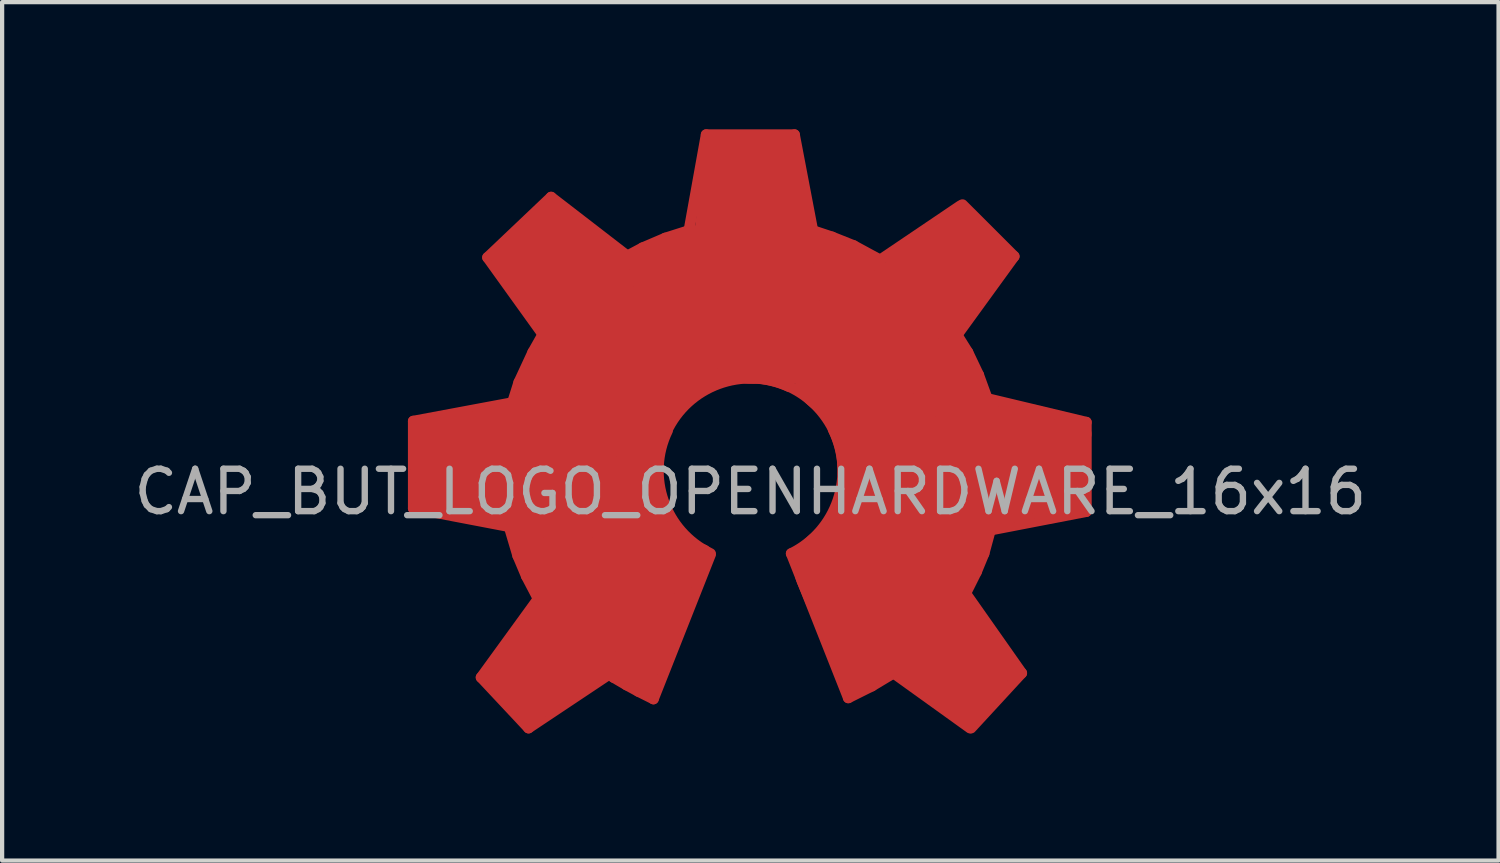
<source format=kicad_pcb>
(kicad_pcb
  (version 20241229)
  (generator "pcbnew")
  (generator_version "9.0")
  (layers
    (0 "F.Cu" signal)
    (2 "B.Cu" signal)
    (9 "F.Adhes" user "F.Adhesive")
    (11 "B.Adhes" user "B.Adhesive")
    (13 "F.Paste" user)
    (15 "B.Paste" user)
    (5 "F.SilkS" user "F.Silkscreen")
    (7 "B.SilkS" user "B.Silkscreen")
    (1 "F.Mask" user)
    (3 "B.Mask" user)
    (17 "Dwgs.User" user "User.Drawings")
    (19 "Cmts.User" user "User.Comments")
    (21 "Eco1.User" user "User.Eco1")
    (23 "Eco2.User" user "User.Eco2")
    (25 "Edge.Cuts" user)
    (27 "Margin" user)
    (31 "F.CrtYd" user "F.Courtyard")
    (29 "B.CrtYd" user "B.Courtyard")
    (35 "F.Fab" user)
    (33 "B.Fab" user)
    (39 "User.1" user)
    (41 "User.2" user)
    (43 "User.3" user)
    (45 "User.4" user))
  (footprint "CAP_BUT_LOGO_OPENHARDWARE_16x16"
    (layer "F.Cu")
    (at 14.649 8.052)
    (property "Reference" "CAP_BUT_LOGO_OPENHARDWARE_16x16" (at 0 0.5 0) (layer "F.Fab") (effects (font (size 1 1) (thickness 0.15))))
    (attr through_hole)
    (fp_line (start -7.95 0.889) (end -7.95 -1.168) (stroke (width 0.254) (type solid)) (layer "F.Cu"))
    (fp_line (start -7.772 0.737) (end -7.747 -1.041) (stroke (width 0.5) (type solid)) (layer "F.Cu"))
    (fp_line (start -6.35 4.877) (end -5.232 6.071) (stroke (width 0.254) (type solid)) (layer "F.Cu"))
    (fp_line (start -6.198 -5.029) (end -4.902 -3.226) (stroke (width 0.254) (type solid)) (layer "F.Cu"))
    (fp_line (start -6.198 -5.029) (end -4.699 -6.452) (stroke (width 0.254) (type solid)) (layer "F.Cu"))
    (fp_line (start -6.121 4.801) (end -5.182 5.842) (stroke (width 0.5) (type solid)) (layer "F.Cu"))
    (fp_line (start -5.969 4.851) (end -3.988 1.854) (stroke (width 0.5) (type solid)) (layer "F.Cu"))
    (fp_line (start -5.69 1.321) (end -7.95 0.889) (stroke (width 0.254) (type solid)) (layer "F.Cu"))
    (fp_line (start -5.639 -1.6) (end -7.95 -1.168) (stroke (width 0.254) (type solid)) (layer "F.Cu"))
    (fp_line (start -5.613 -1.6) (end -5.461 -2.083) (stroke (width 0.254) (type solid)) (layer "F.Cu"))
    (fp_line (start -5.588 -1.245) (end -4.521 -3.658) (stroke (width 0.5) (type solid)) (layer "F.Cu"))
    (fp_line (start -5.486 2.007) (end -5.69 1.321) (stroke (width 0.254) (type solid)) (layer "F.Cu"))
    (fp_line (start -5.283 2.489) (end -5.486 2.007) (stroke (width 0.254) (type solid)) (layer "F.Cu"))
    (fp_line (start -5.131 -2.794) (end -5.461 -2.083) (stroke (width 0.254) (type solid)) (layer "F.Cu"))
    (fp_line (start -5.004 3.023) (end -6.35 4.877) (stroke (width 0.254) (type solid)) (layer "F.Cu"))
    (fp_line (start -5.004 3.023) (end -5.283 2.489) (stroke (width 0.254) (type solid)) (layer "F.Cu"))
    (fp_line (start -4.902 -3.2) (end -5.131 -2.794) (stroke (width 0.254) (type solid)) (layer "F.Cu"))
    (fp_line (start -4.724 2.921) (end -5.385 1.295) (stroke (width 0.5) (type solid)) (layer "F.Cu"))
    (fp_line (start -4.699 -6.452) (end -2.921 -5.08) (stroke (width 0.254) (type solid)) (layer "F.Cu"))
    (fp_line (start -4.572 1.778) (end -3.048 1.016) (stroke (width 2) (type solid)) (layer "F.Cu"))
    (fp_line (start -3.962 1.524) (end -7.722 0.711) (stroke (width 0.5) (type solid)) (layer "F.Cu"))
    (fp_line (start -3.734 1.041) (end -7.696 0.432) (stroke (width 0.5) (type solid)) (layer "F.Cu"))
    (fp_line (start -3.531 -1.727) (end -5.893 -5.08) (stroke (width 0.5) (type solid)) (layer "F.Cu"))
    (fp_line (start -3.327 4.801) (end -5.232 6.071) (stroke (width 0.254) (type solid)) (layer "F.Cu"))
    (fp_line (start -3.226 4.877) (end -3.327 4.801) (stroke (width 0.254) (type solid)) (layer "F.Cu"))
    (fp_line (start -3.175 -1.549) (end -7.772 -0.991) (stroke (width 0.5) (type solid)) (layer "F.Cu"))
    (fp_line (start -3.048 -0.254) (end -6.858 -0.254) (stroke (width 2) (type solid)) (layer "F.Cu"))
    (fp_line (start -3.023 -4.851) (end -1.346 -5.537) (stroke (width 0.5) (type solid)) (layer "F.Cu"))
    (fp_line (start -2.921 -5.055) (end -2.54 -5.258) (stroke (width 0.254) (type solid)) (layer "F.Cu"))
    (fp_line (start -2.921 5.055) (end -3.226 4.877) (stroke (width 0.254) (type solid)) (layer "F.Cu"))
    (fp_line (start -2.896 4.216) (end -5.182 5.817) (stroke (width 0.5) (type solid)) (layer "F.Cu"))
    (fp_line (start -2.794 -1.27) (end -4.318 -2.032) (stroke (width 2) (type solid)) (layer "F.Cu"))
    (fp_line (start -2.642 5.207) (end -2.921 5.055) (stroke (width 0.254) (type solid)) (layer "F.Cu"))
    (fp_line (start -2.54 -5.258) (end -2.007 -5.486) (stroke (width 0.254) (type solid)) (layer "F.Cu"))
    (fp_line (start -2.54 2.032) (end -5.08 4.826) (stroke (width 2) (type solid)) (layer "F.Cu"))
    (fp_line (start -2.311 1.016) (end -1.778 1.829) (stroke (width 0.5) (type solid)) (layer "F.Cu"))
    (fp_line (start -2.286 -2.286) (end -4.826 -5.08) (stroke (width 2) (type solid)) (layer "F.Cu"))
    (fp_line (start -2.286 5.385) (end -2.642 5.207) (stroke (width 0.254) (type solid)) (layer "F.Cu"))
    (fp_line (start -2.21 0.914) (end -2.464 -0.051) (stroke (width 0.5) (type solid)) (layer "F.Cu"))
    (fp_line (start -2.007 -5.486) (end -1.448 -5.664) (stroke (width 0.254) (type solid)) (layer "F.Cu"))
    (fp_line (start -1.956 -4.14) (end -4.674 -6.248) (stroke (width 0.5) (type solid)) (layer "F.Cu"))
    (fp_line (start -1.829 -3.48) (end -4.724 -6.121) (stroke (width 0.5) (type solid)) (layer "F.Cu"))
    (fp_line (start -1.727 1.727) (end -3.124 4.75) (stroke (width 0.5) (type solid)) (layer "F.Cu"))
    (fp_line (start -1.473 1.88) (end -2.769 4.851) (stroke (width 0.5) (type solid)) (layer "F.Cu"))
    (fp_line (start -1.397 -2.896) (end -0.813 -7.747) (stroke (width 0.5) (type solid)) (layer "F.Cu"))
    (fp_line (start -1.27 -2.794) (end -1.778 -4.572) (stroke (width 2) (type solid)) (layer "F.Cu"))
    (fp_line (start -1.143 1.981) (end -2.438 5.105) (stroke (width 0.5) (type solid)) (layer "F.Cu"))
    (fp_line (start -1.041 -7.925) (end -1.448 -5.664) (stroke (width 0.254) (type solid)) (layer "F.Cu"))
    (fp_line (start -0.94 1.981) (end -2.286 5.385) (stroke (width 0.254) (type solid)) (layer "F.Cu"))
    (fp_line (start 0 -6.858) (end 0 -3.048) (stroke (width 2) (type solid)) (layer "F.Cu"))
    (fp_line (start 0.889 -7.696) (end -0.914 -7.696) (stroke (width 0.5) (type solid)) (layer "F.Cu"))
    (fp_line (start 0.965 1.956) (end 2.311 5.359) (stroke (width 0.254) (type solid)) (layer "F.Cu"))
    (fp_line (start 0.991 -5.715) (end 3.556 -4.42) (stroke (width 0.5) (type solid)) (layer "F.Cu"))
    (fp_line (start 1.016 -3.048) (end 1.778 -4.572) (stroke (width 2) (type solid)) (layer "F.Cu"))
    (fp_line (start 1.041 -7.925) (end -1.041 -7.925) (stroke (width 0.254) (type solid)) (layer "F.Cu"))
    (fp_line (start 1.041 -7.925) (end 1.473 -5.664) (stroke (width 0.254) (type solid)) (layer "F.Cu"))
    (fp_line (start 1.397 -3.861) (end 0.813 -7.722) (stroke (width 0.5) (type solid)) (layer "F.Cu"))
    (fp_line (start 1.473 -5.664) (end 1.93 -5.512) (stroke (width 0.254) (type solid)) (layer "F.Cu"))
    (fp_line (start 1.93 -5.512) (end 2.438 -5.309) (stroke (width 0.254) (type solid)) (layer "F.Cu"))
    (fp_line (start 2.032 2.286) (end 2.794 4.064) (stroke (width 2) (type solid)) (layer "F.Cu"))
    (fp_line (start 2.032 3.404) (end 5.207 5.842) (stroke (width 0.5) (type solid)) (layer "F.Cu"))
    (fp_line (start 2.057 -3.708) (end 4.978 -6.02) (stroke (width 0.5) (type solid)) (layer "F.Cu"))
    (fp_line (start 2.413 5.055) (end 3.429 4.318) (stroke (width 0.5) (type solid)) (layer "F.Cu"))
    (fp_line (start 2.438 -5.309) (end 3.048 -4.978) (stroke (width 0.254) (type solid)) (layer "F.Cu"))
    (fp_line (start 2.489 -0.686) (end 2.083 1.956) (stroke (width 0.5) (type solid)) (layer "F.Cu"))
    (fp_line (start 2.794 -1.27) (end 4.318 -2.032) (stroke (width 2) (type solid)) (layer "F.Cu"))
    (fp_line (start 2.794 -0.813) (end 5.944 -5.055) (stroke (width 0.5) (type solid)) (layer "F.Cu"))
    (fp_line (start 2.87 5.08) (end 2.311 5.359) (stroke (width 0.254) (type solid)) (layer "F.Cu"))
    (fp_line (start 3.048 1.016) (end 4.572 1.524) (stroke (width 2) (type solid)) (layer "F.Cu"))
    (fp_line (start 3.073 -4.978) (end 4.953 -6.248) (stroke (width 0.254) (type solid)) (layer "F.Cu"))
    (fp_line (start 3.378 4.775) (end 2.87 5.08) (stroke (width 0.254) (type solid)) (layer "F.Cu"))
    (fp_line (start 3.378 4.775) (end 5.182 6.071) (stroke (width 0.254) (type solid)) (layer "F.Cu"))
    (fp_line (start 3.785 1.803) (end 6.198 4.75) (stroke (width 0.5) (type solid)) (layer "F.Cu"))
    (fp_line (start 4.115 -1.575) (end 7.798 -0.864) (stroke (width 0.5) (type solid)) (layer "F.Cu"))
    (fp_line (start 4.369 -1.854) (end 7.722 -0.94) (stroke (width 0.5) (type solid)) (layer "F.Cu"))
    (fp_line (start 4.648 -3.251) (end 5.74 -0.787) (stroke (width 0.5) (type solid)) (layer "F.Cu"))
    (fp_line (start 4.826 -5.08) (end 2.032 -2.286) (stroke (width 2) (type solid)) (layer "F.Cu"))
    (fp_line (start 4.877 -3.2) (end 5.131 -2.794) (stroke (width 0.254) (type solid)) (layer "F.Cu"))
    (fp_line (start 4.902 -5.918) (end 5.918 -4.928) (stroke (width 0.5) (type solid)) (layer "F.Cu"))
    (fp_line (start 5.08 2.896) (end 6.401 4.775) (stroke (width 0.254) (type solid)) (layer "F.Cu"))
    (fp_line (start 5.08 4.826) (end 2.54 1.778) (stroke (width 2) (type solid)) (layer "F.Cu"))
    (fp_line (start 5.131 -2.794) (end 5.385 -2.261) (stroke (width 0.254) (type solid)) (layer "F.Cu"))
    (fp_line (start 5.334 2.388) (end 5.08 2.896) (stroke (width 0.254) (type solid)) (layer "F.Cu"))
    (fp_line (start 5.385 -2.261) (end 5.588 -1.702) (stroke (width 0.254) (type solid)) (layer "F.Cu"))
    (fp_line (start 5.512 1.092) (end 4.521 3.48) (stroke (width 0.5) (type solid)) (layer "F.Cu"))
    (fp_line (start 5.512 1.956) (end 5.334 2.388) (stroke (width 0.254) (type solid)) (layer "F.Cu"))
    (fp_line (start 5.588 -1.702) (end 7.925 -1.143) (stroke (width 0.254) (type solid)) (layer "F.Cu"))
    (fp_line (start 5.664 1.397) (end 5.512 1.956) (stroke (width 0.254) (type solid)) (layer "F.Cu"))
    (fp_line (start 5.69 1.397) (end 7.925 0.965) (stroke (width 0.254) (type solid)) (layer "F.Cu"))
    (fp_line (start 6.223 -5.055) (end 4.877 -3.2) (stroke (width 0.254) (type solid)) (layer "F.Cu"))
    (fp_line (start 6.223 -5.055) (end 5.004 -6.274) (stroke (width 0.254) (type solid)) (layer "F.Cu"))
    (fp_line (start 6.401 4.775) (end 5.207 6.071) (stroke (width 0.254) (type solid)) (layer "F.Cu"))
    (fp_line (start 6.858 -0.254) (end 3.048 -0.254) (stroke (width 2) (type solid)) (layer "F.Cu"))
    (fp_line (start 7.671 0.686) (end 4.724 1.27) (stroke (width 0.5) (type solid)) (layer "F.Cu"))
    (fp_line (start 7.696 0.737) (end 2.896 0.864) (stroke (width 0.5) (type solid)) (layer "F.Cu"))
    (fp_line (start 7.722 -1.041) (end 7.747 0.838) (stroke (width 0.5) (type solid)) (layer "F.Cu"))
    (fp_line (start 7.925 -1.143) (end 7.925 0.965) (stroke (width 0.254) (type solid)) (layer "F.Cu"))
    (fp_arc (start -1.9812 -0.9144) (mid -0.754342 -2.047498) (end 0.9144 -1.9812) (stroke (width 0.254) (type solid)) (layer "F.Cu"))
    (fp_arc (start -0.9398 1.9558) (mid -2.047498 0.71842) (end -1.9558 -0.9398) (stroke (width 0.254) (type solid)) (layer "F.Cu"))
    (fp_arc (start 0.0762 -2.1844) (mid 1.598486 -1.490723) (end 2.1844 0.0762) (stroke (width 0.254) (type solid)) (layer "F.Cu"))
    (fp_arc (start 1.9558 -0.9652) (mid 2.065459 0.70046) (end 0.9652 1.9558) (stroke (width 0.254) (type solid)) (layer "F.Cu"))
    (fp_line (start -7.95 0.889) (end -7.95 -1.168) (stroke (width 0.254) (type solid)) (layer "F.Mask"))
    (fp_line (start -7.772 0.737) (end -7.747 -1.041) (stroke (width 0.5) (type solid)) (layer "F.Mask"))
    (fp_line (start -6.35 4.877) (end -5.232 6.071) (stroke (width 0.254) (type solid)) (layer "F.Mask"))
    (fp_line (start -6.198 -5.029) (end -4.902 -3.226) (stroke (width 0.254) (type solid)) (layer "F.Mask"))
    (fp_line (start -6.198 -5.029) (end -4.699 -6.452) (stroke (width 0.254) (type solid)) (layer "F.Mask"))
    (fp_line (start -6.121 4.801) (end -5.182 5.842) (stroke (width 0.5) (type solid)) (layer "F.Mask"))
    (fp_line (start -5.969 4.851) (end -3.988 1.854) (stroke (width 0.5) (type solid)) (layer "F.Mask"))
    (fp_line (start -5.69 1.321) (end -7.95 0.889) (stroke (width 0.254) (type solid)) (layer "F.Mask"))
    (fp_line (start -5.639 -1.6) (end -7.95 -1.168) (stroke (width 0.254) (type solid)) (layer "F.Mask"))
    (fp_line (start -5.613 -1.6) (end -5.461 -2.083) (stroke (width 0.254) (type solid)) (layer "F.Mask"))
    (fp_line (start -5.588 -1.245) (end -4.521 -3.658) (stroke (width 0.5) (type solid)) (layer "F.Mask"))
    (fp_line (start -5.486 2.007) (end -5.69 1.321) (stroke (width 0.254) (type solid)) (layer "F.Mask"))
    (fp_line (start -5.283 2.489) (end -5.486 2.007) (stroke (width 0.254) (type solid)) (layer "F.Mask"))
    (fp_line (start -5.131 -2.794) (end -5.461 -2.083) (stroke (width 0.254) (type solid)) (layer "F.Mask"))
    (fp_line (start -5.004 3.023) (end -6.35 4.877) (stroke (width 0.254) (type solid)) (layer "F.Mask"))
    (fp_line (start -5.004 3.023) (end -5.283 2.489) (stroke (width 0.254) (type solid)) (layer "F.Mask"))
    (fp_line (start -4.902 -3.2) (end -5.131 -2.794) (stroke (width 0.254) (type solid)) (layer "F.Mask"))
    (fp_line (start -4.724 2.921) (end -5.385 1.295) (stroke (width 0.5) (type solid)) (layer "F.Mask"))
    (fp_line (start -4.699 -6.452) (end -2.921 -5.08) (stroke (width 0.254) (type solid)) (layer "F.Mask"))
    (fp_line (start -4.572 1.778) (end -3.048 1.016) (stroke (width 2) (type solid)) (layer "F.Mask"))
    (fp_line (start -3.962 1.524) (end -7.722 0.711) (stroke (width 0.5) (type solid)) (layer "F.Mask"))
    (fp_line (start -3.734 1.041) (end -7.696 0.432) (stroke (width 0.5) (type solid)) (layer "F.Mask"))
    (fp_line (start -3.531 -1.727) (end -5.893 -5.08) (stroke (width 0.5) (type solid)) (layer "F.Mask"))
    (fp_line (start -3.327 4.801) (end -5.232 6.071) (stroke (width 0.254) (type solid)) (layer "F.Mask"))
    (fp_line (start -3.226 4.877) (end -3.327 4.801) (stroke (width 0.254) (type solid)) (layer "F.Mask"))
    (fp_line (start -3.175 -1.549) (end -7.772 -0.991) (stroke (width 0.5) (type solid)) (layer "F.Mask"))
    (fp_line (start -3.048 -0.254) (end -6.858 -0.254) (stroke (width 2) (type solid)) (layer "F.Mask"))
    (fp_line (start -3.023 -4.851) (end -1.346 -5.537) (stroke (width 0.5) (type solid)) (layer "F.Mask"))
    (fp_line (start -2.921 -5.055) (end -2.54 -5.258) (stroke (width 0.254) (type solid)) (layer "F.Mask"))
    (fp_line (start -2.921 5.055) (end -3.226 4.877) (stroke (width 0.254) (type solid)) (layer "F.Mask"))
    (fp_line (start -2.896 4.216) (end -5.182 5.817) (stroke (width 0.5) (type solid)) (layer "F.Mask"))
    (fp_line (start -2.794 -1.27) (end -4.318 -2.032) (stroke (width 2) (type solid)) (layer "F.Mask"))
    (fp_line (start -2.642 5.207) (end -2.921 5.055) (stroke (width 0.254) (type solid)) (layer "F.Mask"))
    (fp_line (start -2.54 -5.258) (end -2.007 -5.486) (stroke (width 0.254) (type solid)) (layer "F.Mask"))
    (fp_line (start -2.54 2.032) (end -5.08 4.826) (stroke (width 2) (type solid)) (layer "F.Mask"))
    (fp_line (start -2.311 1.016) (end -1.778 1.829) (stroke (width 0.5) (type solid)) (layer "F.Mask"))
    (fp_line (start -2.286 -2.286) (end -4.826 -5.08) (stroke (width 2) (type solid)) (layer "F.Mask"))
    (fp_line (start -2.286 5.385) (end -2.642 5.207) (stroke (width 0.254) (type solid)) (layer "F.Mask"))
    (fp_line (start -2.21 0.914) (end -2.464 -0.051) (stroke (width 0.5) (type solid)) (layer "F.Mask"))
    (fp_line (start -2.007 -5.486) (end -1.448 -5.664) (stroke (width 0.254) (type solid)) (layer "F.Mask"))
    (fp_line (start -1.956 -4.14) (end -4.674 -6.248) (stroke (width 0.5) (type solid)) (layer "F.Mask"))
    (fp_line (start -1.829 -3.48) (end -4.724 -6.121) (stroke (width 0.5) (type solid)) (layer "F.Mask"))
    (fp_line (start -1.727 1.727) (end -3.124 4.75) (stroke (width 0.5) (type solid)) (layer "F.Mask"))
    (fp_line (start -1.473 1.88) (end -2.769 4.851) (stroke (width 0.5) (type solid)) (layer "F.Mask"))
    (fp_line (start -1.397 -2.896) (end -0.813 -7.747) (stroke (width 0.5) (type solid)) (layer "F.Mask"))
    (fp_line (start -1.27 -2.794) (end -1.778 -4.572) (stroke (width 2) (type solid)) (layer "F.Mask"))
    (fp_line (start -1.143 1.981) (end -2.438 5.105) (stroke (width 0.5) (type solid)) (layer "F.Mask"))
    (fp_line (start -1.041 -7.925) (end -1.448 -5.664) (stroke (width 0.254) (type solid)) (layer "F.Mask"))
    (fp_line (start -0.94 1.981) (end -2.286 5.385) (stroke (width 0.254) (type solid)) (layer "F.Mask"))
    (fp_line (start 0 -6.858) (end 0 -3.048) (stroke (width 2) (type solid)) (layer "F.Mask"))
    (fp_line (start 0.889 -7.696) (end -0.914 -7.696) (stroke (width 0.5) (type solid)) (layer "F.Mask"))
    (fp_line (start 0.965 1.956) (end 2.311 5.359) (stroke (width 0.254) (type solid)) (layer "F.Mask"))
    (fp_line (start 0.991 -5.715) (end 3.556 -4.42) (stroke (width 0.5) (type solid)) (layer "F.Mask"))
    (fp_line (start 1.016 -3.048) (end 1.778 -4.572) (stroke (width 2) (type solid)) (layer "F.Mask"))
    (fp_line (start 1.041 -7.925) (end -1.041 -7.925) (stroke (width 0.254) (type solid)) (layer "F.Mask"))
    (fp_line (start 1.041 -7.925) (end 1.473 -5.664) (stroke (width 0.254) (type solid)) (layer "F.Mask"))
    (fp_line (start 1.397 -3.861) (end 0.813 -7.722) (stroke (width 0.5) (type solid)) (layer "F.Mask"))
    (fp_line (start 1.473 -5.664) (end 1.93 -5.512) (stroke (width 0.254) (type solid)) (layer "F.Mask"))
    (fp_line (start 1.93 -5.512) (end 2.438 -5.309) (stroke (width 0.254) (type solid)) (layer "F.Mask"))
    (fp_line (start 2.032 2.286) (end 2.794 4.064) (stroke (width 2) (type solid)) (layer "F.Mask"))
    (fp_line (start 2.032 3.404) (end 5.207 5.842) (stroke (width 0.5) (type solid)) (layer "F.Mask"))
    (fp_line (start 2.057 -3.708) (end 4.978 -6.02) (stroke (width 0.5) (type solid)) (layer "F.Mask"))
    (fp_line (start 2.413 5.055) (end 3.429 4.318) (stroke (width 0.5) (type solid)) (layer "F.Mask"))
    (fp_line (start 2.438 -5.309) (end 3.048 -4.978) (stroke (width 0.254) (type solid)) (layer "F.Mask"))
    (fp_line (start 2.489 -0.686) (end 2.083 1.956) (stroke (width 0.5) (type solid)) (layer "F.Mask"))
    (fp_line (start 2.794 -1.27) (end 4.318 -2.032) (stroke (width 2) (type solid)) (layer "F.Mask"))
    (fp_line (start 2.794 -0.813) (end 5.944 -5.055) (stroke (width 0.5) (type solid)) (layer "F.Mask"))
    (fp_line (start 2.87 5.08) (end 2.311 5.359) (stroke (width 0.254) (type solid)) (layer "F.Mask"))
    (fp_line (start 3.048 1.016) (end 4.572 1.524) (stroke (width 2) (type solid)) (layer "F.Mask"))
    (fp_line (start 3.073 -4.978) (end 4.953 -6.248) (stroke (width 0.254) (type solid)) (layer "F.Mask"))
    (fp_line (start 3.378 4.775) (end 2.87 5.08) (stroke (width 0.254) (type solid)) (layer "F.Mask"))
    (fp_line (start 3.378 4.775) (end 5.182 6.071) (stroke (width 0.254) (type solid)) (layer "F.Mask"))
    (fp_line (start 3.785 1.803) (end 6.198 4.75) (stroke (width 0.5) (type solid)) (layer "F.Mask"))
    (fp_line (start 4.115 -1.575) (end 7.798 -0.864) (stroke (width 0.5) (type solid)) (layer "F.Mask"))
    (fp_line (start 4.369 -1.854) (end 7.722 -0.94) (stroke (width 0.5) (type solid)) (layer "F.Mask"))
    (fp_line (start 4.648 -3.251) (end 5.74 -0.787) (stroke (width 0.5) (type solid)) (layer "F.Mask"))
    (fp_line (start 4.826 -5.08) (end 2.032 -2.286) (stroke (width 2) (type solid)) (layer "F.Mask"))
    (fp_line (start 4.877 -3.2) (end 5.131 -2.794) (stroke (width 0.254) (type solid)) (layer "F.Mask"))
    (fp_line (start 4.902 -5.918) (end 5.918 -4.928) (stroke (width 0.5) (type solid)) (layer "F.Mask"))
    (fp_line (start 5.08 2.896) (end 6.401 4.775) (stroke (width 0.254) (type solid)) (layer "F.Mask"))
    (fp_line (start 5.08 4.826) (end 2.54 1.778) (stroke (width 2) (type solid)) (layer "F.Mask"))
    (fp_line (start 5.131 -2.794) (end 5.385 -2.261) (stroke (width 0.254) (type solid)) (layer "F.Mask"))
    (fp_line (start 5.334 2.388) (end 5.08 2.896) (stroke (width 0.254) (type solid)) (layer "F.Mask"))
    (fp_line (start 5.385 -2.261) (end 5.588 -1.702) (stroke (width 0.254) (type solid)) (layer "F.Mask"))
    (fp_line (start 5.512 1.092) (end 4.521 3.48) (stroke (width 0.5) (type solid)) (layer "F.Mask"))
    (fp_line (start 5.512 1.956) (end 5.334 2.388) (stroke (width 0.254) (type solid)) (layer "F.Mask"))
    (fp_line (start 5.588 -1.702) (end 7.925 -1.143) (stroke (width 0.254) (type solid)) (layer "F.Mask"))
    (fp_line (start 5.664 1.397) (end 5.512 1.956) (stroke (width 0.254) (type solid)) (layer "F.Mask"))
    (fp_line (start 5.69 1.397) (end 7.925 0.965) (stroke (width 0.254) (type solid)) (layer "F.Mask"))
    (fp_line (start 6.223 -5.055) (end 4.877 -3.2) (stroke (width 0.254) (type solid)) (layer "F.Mask"))
    (fp_line (start 6.223 -5.055) (end 5.004 -6.274) (stroke (width 0.254) (type solid)) (layer "F.Mask"))
    (fp_line (start 6.401 4.775) (end 5.207 6.071) (stroke (width 0.254) (type solid)) (layer "F.Mask"))
    (fp_line (start 6.858 -0.254) (end 3.048 -0.254) (stroke (width 2) (type solid)) (layer "F.Mask"))
    (fp_line (start 7.671 0.686) (end 4.724 1.27) (stroke (width 0.5) (type solid)) (layer "F.Mask"))
    (fp_line (start 7.696 0.737) (end 2.896 0.864) (stroke (width 0.5) (type solid)) (layer "F.Mask"))
    (fp_line (start 7.722 -1.041) (end 7.747 0.838) (stroke (width 0.5) (type solid)) (layer "F.Mask"))
    (fp_line (start 7.925 -1.143) (end 7.925 0.965) (stroke (width 0.254) (type solid)) (layer "F.Mask"))
    (fp_arc (start -1.9812 -0.9144) (mid -0.754342 -2.047498) (end 0.9144 -1.9812) (stroke (width 0.254) (type solid)) (layer "F.Mask"))
    (fp_arc (start -0.9398 1.9558) (mid -2.047498 0.71842) (end -1.9558 -0.9398) (stroke (width 0.254) (type solid)) (layer "F.Mask"))
    (fp_arc (start 0.0762 -2.1844) (mid 1.598486 -1.490723) (end 2.1844 0.0762) (stroke (width 0.254) (type solid)) (layer "F.Mask"))
    (fp_arc (start 1.9558 -0.9652) (mid 2.065459 0.70046) (end 0.9652 1.9558) (stroke (width 0.254) (type solid)) (layer "F.Mask"))
    (pad "1" smd circle (at 0 -6.604) (size 1.524 1.524) (layers "F.Cu" "F.Mask")))
  (gr_rect
    (start -3 -3)
    (end 32.298 17.249)
    (stroke (width 0.1) (type default))
    (fill no)
    (layer "Edge.Cuts")))
</source>
